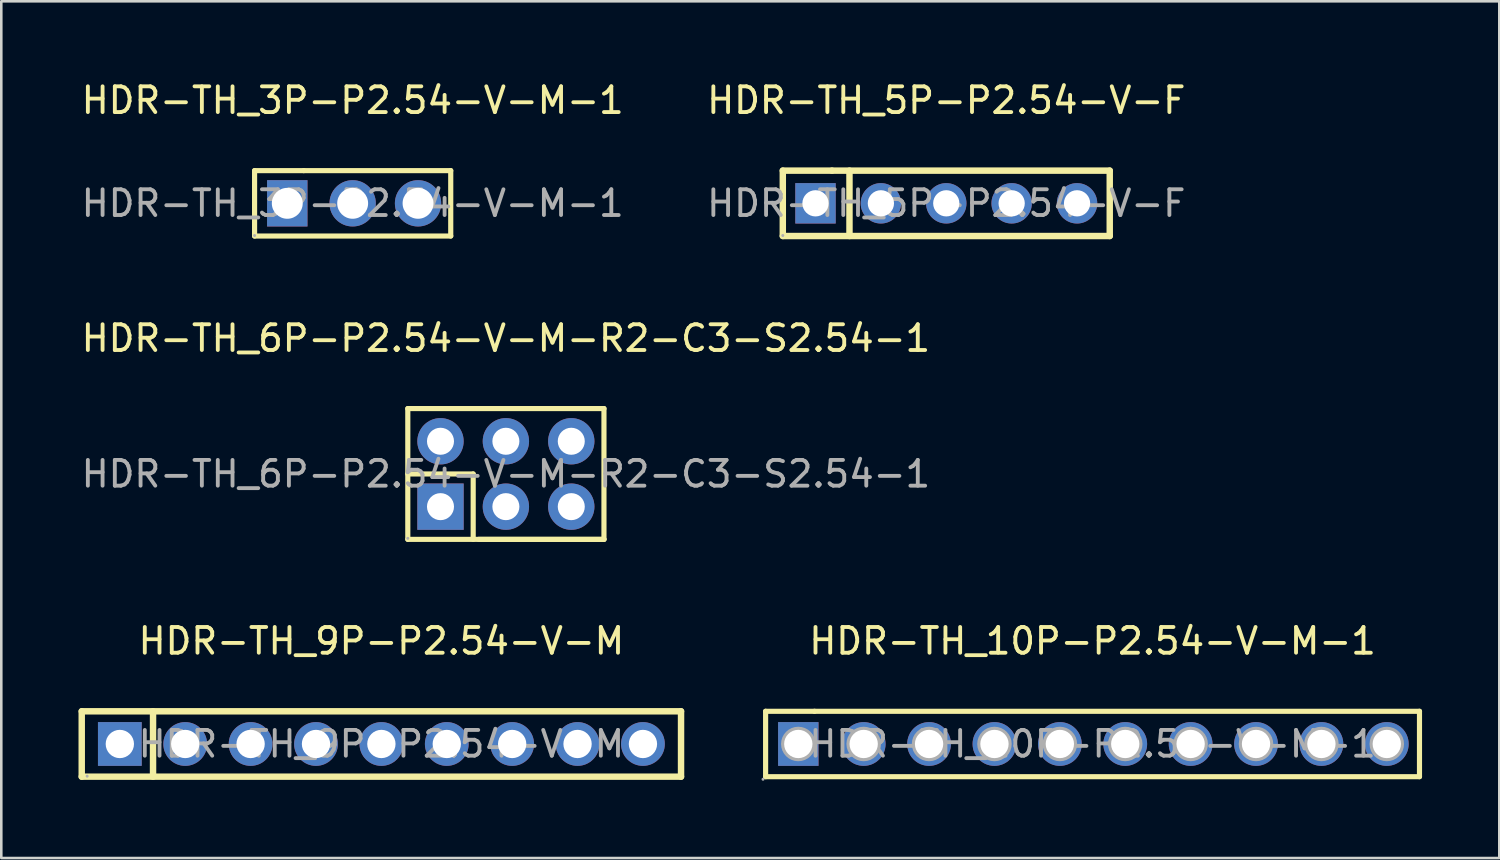
<source format=kicad_pcb>
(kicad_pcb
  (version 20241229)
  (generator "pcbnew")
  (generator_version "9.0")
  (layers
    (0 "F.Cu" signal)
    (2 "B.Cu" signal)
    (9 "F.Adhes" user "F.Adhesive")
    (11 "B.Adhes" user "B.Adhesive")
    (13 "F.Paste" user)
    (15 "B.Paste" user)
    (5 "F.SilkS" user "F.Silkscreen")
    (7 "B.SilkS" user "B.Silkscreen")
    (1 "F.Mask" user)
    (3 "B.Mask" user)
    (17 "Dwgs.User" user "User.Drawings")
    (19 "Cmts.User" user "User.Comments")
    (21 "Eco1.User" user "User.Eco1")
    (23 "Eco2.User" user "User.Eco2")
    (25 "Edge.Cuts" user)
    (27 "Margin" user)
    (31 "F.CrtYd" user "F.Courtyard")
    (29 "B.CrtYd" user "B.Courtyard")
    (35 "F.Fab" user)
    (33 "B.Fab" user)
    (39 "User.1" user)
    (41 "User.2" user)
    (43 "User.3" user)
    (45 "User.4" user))
  (footprint "HDR-TH_9P-P2.54-V-M"
    (layer "F.Cu")
    (at 11.765 25.85)
    (property "Reference" "HDR-TH_9P-P2.54-V-M" (at 0 -4 0) (layer "F.SilkS") (effects (font (size 1 1) (thickness 0.15))))
    (attr smd)
    (fp_line (start -11.64 -1.27) (end -11.64 1.27) (stroke (width 0.25) (type solid)) (layer "F.SilkS"))
    (fp_line (start -11.64 -1.27) (end 11.64 -1.27) (stroke (width 0.25) (type solid)) (layer "F.SilkS"))
    (fp_line (start -11.64 1.27) (end 11.64 1.27) (stroke (width 0.25) (type solid)) (layer "F.SilkS"))
    (fp_line (start -8.87 -1.27) (end -8.87 1.27) (stroke (width 0.25) (type solid)) (layer "F.SilkS"))
    (fp_line (start 11.64 -1.27) (end 11.64 1.27) (stroke (width 0.25) (type solid)) (layer "F.SilkS"))
    (fp_circle (center -11.43 1.25) (end -11.4 1.25) (stroke (width 0.06) (type solid)) (fill no) (layer "F.Fab"))
    (fp_text user "${REFERENCE}" (at 0 0 0) (layer "F.Fab") (effects (font (size 1 1) (thickness 0.15))))
    (pad "1" thru_hole rect (at -10.16 0) (size 1.7 1.7) (drill 1.1) (layers "*.Cu" "*.Paste" "*.Mask"))
    (pad "2" thru_hole circle (at -7.62 0) (size 1.7 1.7) (drill 1.1) (layers "*.Cu" "*.Paste" "*.Mask"))
    (pad "3" thru_hole circle (at -5.08 0) (size 1.7 1.7) (drill 1.1) (layers "*.Cu" "*.Paste" "*.Mask"))
    (pad "4" thru_hole circle (at -2.54 0) (size 1.7 1.7) (drill 1.1) (layers "*.Cu" "*.Paste" "*.Mask"))
    (pad "5" thru_hole circle (at 0 0) (size 1.7 1.7) (drill 1.1) (layers "*.Cu" "*.Paste" "*.Mask"))
    (pad "6" thru_hole circle (at 2.54 0) (size 1.7 1.7) (drill 1.1) (layers "*.Cu" "*.Paste" "*.Mask"))
    (pad "7" thru_hole circle (at 5.08 0) (size 1.7 1.7) (drill 1.1) (layers "*.Cu" "*.Paste" "*.Mask"))
    (pad "8" thru_hole circle (at 7.62 0) (size 1.7 1.7) (drill 1.1) (layers "*.Cu" "*.Paste" "*.Mask"))
    (pad "9" thru_hole circle (at 10.16 0) (size 1.7 1.7) (drill 1.1) (layers "*.Cu" "*.Paste" "*.Mask")))
  (footprint "HDR-TH_10P-P2.54-V-M-1"
    (layer "F.Cu")
    (at 39.39 25.85)
    (property "Reference" "HDR-TH_10P-P2.54-V-M-1" (at 0 -4 0) (layer "F.SilkS") (effects (font (size 1 1) (thickness 0.15))))
    (attr smd)
    (fp_line (start -12.7 -1.27) (end -12.7 1.27) (stroke (width 0.2) (type solid)) (layer "F.SilkS"))
    (fp_line (start -12.7 1.27) (end 12.7 1.27) (stroke (width 0.2) (type solid)) (layer "F.SilkS"))
    (fp_line (start -10.8 -1.27) (end -12.7 -1.27) (stroke (width 0.2) (type solid)) (layer "F.SilkS"))
    (fp_line (start 12.7 -1.27) (end -10.8 -1.27) (stroke (width 0.2) (type solid)) (layer "F.SilkS"))
    (fp_line (start 12.7 1.27) (end 12.7 -1.27) (stroke (width 0.2) (type solid)) (layer "F.SilkS"))
    (fp_circle (center -12.8 1.37) (end -12.77 1.37) (stroke (width 0.06) (type solid)) (fill no) (layer "F.Fab"))
    (fp_circle (center -11.43 0) (end -11.21 0) (stroke (width 0.45) (type solid)) (fill no) (layer "F.Fab"))
    (fp_circle (center -8.89 0) (end -8.67 0) (stroke (width 0.45) (type solid)) (fill no) (layer "F.Fab"))
    (fp_circle (center -6.35 0) (end -6.13 0) (stroke (width 0.45) (type solid)) (fill no) (layer "F.Fab"))
    (fp_circle (center -3.81 0) (end -3.59 0) (stroke (width 0.45) (type solid)) (fill no) (layer "F.Fab"))
    (fp_circle (center -1.27 0) (end -1.05 0) (stroke (width 0.45) (type solid)) (fill no) (layer "F.Fab"))
    (fp_circle (center 1.27 0) (end 1.49 0) (stroke (width 0.45) (type solid)) (fill no) (layer "F.Fab"))
    (fp_circle (center 3.81 0) (end 4.03 0) (stroke (width 0.45) (type solid)) (fill no) (layer "F.Fab"))
    (fp_circle (center 6.35 0) (end 6.57 0) (stroke (width 0.45) (type solid)) (fill no) (layer "F.Fab"))
    (fp_circle (center 8.89 0) (end 9.11 0) (stroke (width 0.45) (type solid)) (fill no) (layer "F.Fab"))
    (fp_circle (center 11.43 0) (end 11.65 0) (stroke (width 0.45) (type solid)) (fill no) (layer "F.Fab"))
    (fp_text user "${REFERENCE}" (at 0 0 0) (layer "F.Fab") (effects (font (size 1 1) (thickness 0.15))))
    (pad "1" thru_hole rect (at -11.43 0) (size 1.57 1.7) (drill 1.1) (layers "*.Cu" "*.Paste" "*.Mask"))
    (pad "2" thru_hole circle (at -8.89 0) (size 1.7 1.7) (drill 1.1) (layers "*.Cu" "*.Paste" "*.Mask"))
    (pad "3" thru_hole circle (at -6.35 0) (size 1.7 1.7) (drill 1.1) (layers "*.Cu" "*.Paste" "*.Mask"))
    (pad "4" thru_hole circle (at -3.81 0) (size 1.7 1.7) (drill 1.1) (layers "*.Cu" "*.Paste" "*.Mask"))
    (pad "5" thru_hole circle (at -1.27 0) (size 1.7 1.7) (drill 1.1) (layers "*.Cu" "*.Paste" "*.Mask"))
    (pad "6" thru_hole circle (at 1.27 0) (size 1.7 1.7) (drill 1.1) (layers "*.Cu" "*.Paste" "*.Mask"))
    (pad "7" thru_hole circle (at 3.81 0) (size 1.7 1.7) (drill 1.1) (layers "*.Cu" "*.Paste" "*.Mask"))
    (pad "8" thru_hole circle (at 6.35 0) (size 1.7 1.7) (drill 1.1) (layers "*.Cu" "*.Paste" "*.Mask"))
    (pad "9" thru_hole circle (at 8.89 0) (size 1.7 1.7) (drill 1.1) (layers "*.Cu" "*.Paste" "*.Mask"))
    (pad "10" thru_hole circle (at 11.43 0) (size 1.7 1.7) (drill 1.1) (layers "*.Cu" "*.Paste" "*.Mask")))
  (footprint "HDR-TH_5P-P2.54-V-F"
    (layer "F.Cu")
    (at 33.708 4.848)
    (property "Reference" "HDR-TH_5P-P2.54-V-F" (at 0 -4 0) (layer "F.SilkS") (effects (font (size 1 1) (thickness 0.15))))
    (attr smd)
    (fp_line (start -6.35 -1.27) (end -6.35 1.27) (stroke (width 0.25) (type solid)) (layer "F.SilkS"))
    (fp_line (start -6.35 1.27) (end 6.35 1.27) (stroke (width 0.25) (type solid)) (layer "F.SilkS"))
    (fp_line (start -4.44 -1.27) (end -6.35 -1.27) (stroke (width 0.25) (type solid)) (layer "F.SilkS"))
    (fp_line (start -3.76 -1.27) (end -3.76 1.27) (stroke (width 0.25) (type solid)) (layer "F.SilkS"))
    (fp_line (start 6.35 -1.27) (end -4.44 -1.27) (stroke (width 0.25) (type solid)) (layer "F.SilkS"))
    (fp_line (start 6.35 1.27) (end 6.35 -1.27) (stroke (width 0.25) (type solid)) (layer "F.SilkS"))
    (fp_circle (center -6.35 1.25) (end -6.32 1.25) (stroke (width 0.06) (type solid)) (fill no) (layer "F.Fab"))
    (fp_text user "${REFERENCE}" (at 0 0 0) (layer "F.Fab") (effects (font (size 1 1) (thickness 0.15))))
    (pad "1" thru_hole rect (at -5.08 0) (size 1.57 1.57) (drill 1.02) (layers "*.Cu" "*.Paste" "*.Mask"))
    (pad "2" thru_hole circle (at -2.54 0) (size 1.57 1.57) (drill 1.02) (layers "*.Cu" "*.Paste" "*.Mask"))
    (pad "3" thru_hole circle (at 0 0) (size 1.57 1.57) (drill 1.02) (layers "*.Cu" "*.Paste" "*.Mask"))
    (pad "4" thru_hole circle (at 2.54 0) (size 1.57 1.57) (drill 1.02) (layers "*.Cu" "*.Paste" "*.Mask"))
    (pad "5" thru_hole circle (at 5.08 0) (size 1.57 1.57) (drill 1.02) (layers "*.Cu" "*.Paste" "*.Mask")))
  (footprint "HDR-TH_6P-P2.54-V-M-R2-C3-S2.54-1"
    (layer "F.Cu")
    (at 16.601 15.361)
    (property "Reference" "HDR-TH_6P-P2.54-V-M-R2-C3-S2.54-1" (at 0 -5.27 0) (layer "F.SilkS") (effects (font (size 1 1) (thickness 0.15))))
    (attr smd)
    (fp_line (start -3.81 -2.54) (end -3.81 2.54) (stroke (width 0.2) (type solid)) (layer "F.SilkS"))
    (fp_line (start -3.81 0) (end -1.27 0) (stroke (width 0.2) (type solid)) (layer "F.SilkS"))
    (fp_line (start -3.81 2.54) (end 3.81 2.54) (stroke (width 0.2) (type solid)) (layer "F.SilkS"))
    (fp_line (start -1.27 0) (end -1.27 2.54) (stroke (width 0.2) (type solid)) (layer "F.SilkS"))
    (fp_line (start 3.81 -2.54) (end -3.81 -2.54) (stroke (width 0.2) (type solid)) (layer "F.SilkS"))
    (fp_line (start 3.81 2.54) (end -1.05 2.54) (stroke (width 0.2) (type solid)) (layer "F.SilkS"))
    (fp_line (start 3.81 2.54) (end 3.81 -2.54) (stroke (width 0.2) (type solid)) (layer "F.SilkS"))
    (fp_circle (center -3.81 2.5) (end -3.78 2.5) (stroke (width 0.06) (type solid)) (fill no) (layer "F.Fab"))
    (fp_text user "${REFERENCE}" (at 0 0 0) (layer "F.Fab") (effects (font (size 1 1) (thickness 0.15))))
    (pad "1" thru_hole rect (at -2.54 1.27) (size 1.8 1.8) (drill 1.05) (layers "*.Cu" "*.Paste" "*.Mask"))
    (pad "2" thru_hole circle (at -2.54 -1.27) (size 1.8 1.8) (drill 1.05) (layers "*.Cu" "*.Paste" "*.Mask"))
    (pad "3" thru_hole circle (at 0 1.27) (size 1.8 1.8) (drill 1.05) (layers "*.Cu" "*.Paste" "*.Mask"))
    (pad "4" thru_hole circle (at 0 -1.27) (size 1.8 1.8) (drill 1.05) (layers "*.Cu" "*.Paste" "*.Mask"))
    (pad "5" thru_hole circle (at 2.54 1.27) (size 1.8 1.8) (drill 1.05) (layers "*.Cu" "*.Paste" "*.Mask"))
    (pad "6" thru_hole circle (at 2.54 -1.27) (size 1.8 1.8) (drill 1.05) (layers "*.Cu" "*.Paste" "*.Mask")))
  (footprint "HDR-TH_3P-P2.54-V-M-1"
    (layer "F.Cu")
    (at 10.649 4.848)
    (property "Reference" "HDR-TH_3P-P2.54-V-M-1" (at 0 -4 0) (layer "F.SilkS") (effects (font (size 1 1) (thickness 0.15))))
    (attr smd)
    (fp_line (start -3.81 -1.27) (end -3.81 1.27) (stroke (width 0.2) (type solid)) (layer "F.SilkS"))
    (fp_line (start -3.81 1.27) (end 3.81 1.27) (stroke (width 0.2) (type solid)) (layer "F.SilkS"))
    (fp_line (start -1.9 -1.27) (end -3.81 -1.27) (stroke (width 0.2) (type solid)) (layer "F.SilkS"))
    (fp_line (start 3.81 -1.27) (end -1.9 -1.27) (stroke (width 0.2) (type solid)) (layer "F.SilkS"))
    (fp_line (start 3.81 1.27) (end 3.81 -1.27) (stroke (width 0.2) (type solid)) (layer "F.SilkS"))
    (fp_circle (center -3.81 1.25) (end -3.78 1.25) (stroke (width 0.06) (type solid)) (fill no) (layer "F.Fab"))
    (fp_text user "${REFERENCE}" (at 0 0 0) (layer "F.Fab") (effects (font (size 1 1) (thickness 0.15))))
    (pad "1" thru_hole rect (at -2.54 0) (size 1.57 1.8) (drill 1.2) (layers "*.Cu" "*.Paste" "*.Mask"))
    (pad "2" thru_hole circle (at 0 0) (size 1.8 1.8) (drill 1.2) (layers "*.Cu" "*.Paste" "*.Mask"))
    (pad "3" thru_hole circle (at 2.54 0) (size 1.8 1.8) (drill 1.2) (layers "*.Cu" "*.Paste" "*.Mask")))
  (gr_rect
    (start -3 -3)
    (end 55.19 30.28)
    (stroke (width 0.1) (type default))
    (fill no)
    (layer "Edge.Cuts")))
</source>
